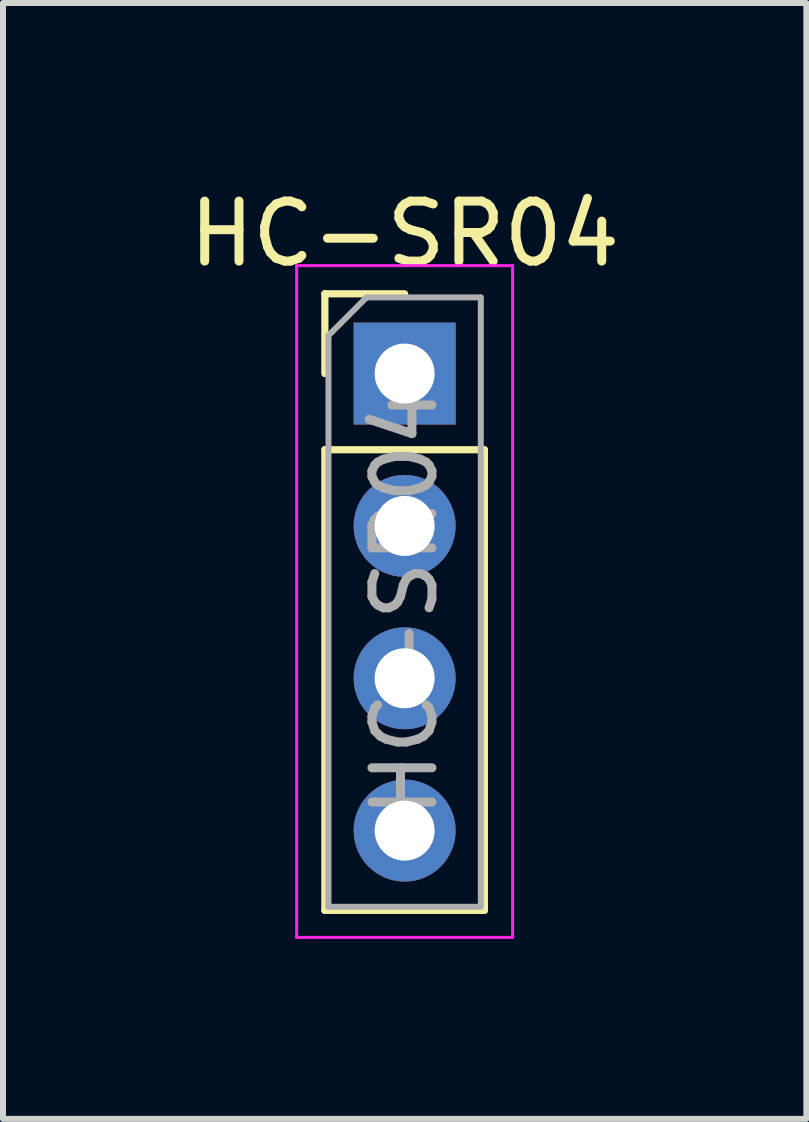
<source format=kicad_pcb>
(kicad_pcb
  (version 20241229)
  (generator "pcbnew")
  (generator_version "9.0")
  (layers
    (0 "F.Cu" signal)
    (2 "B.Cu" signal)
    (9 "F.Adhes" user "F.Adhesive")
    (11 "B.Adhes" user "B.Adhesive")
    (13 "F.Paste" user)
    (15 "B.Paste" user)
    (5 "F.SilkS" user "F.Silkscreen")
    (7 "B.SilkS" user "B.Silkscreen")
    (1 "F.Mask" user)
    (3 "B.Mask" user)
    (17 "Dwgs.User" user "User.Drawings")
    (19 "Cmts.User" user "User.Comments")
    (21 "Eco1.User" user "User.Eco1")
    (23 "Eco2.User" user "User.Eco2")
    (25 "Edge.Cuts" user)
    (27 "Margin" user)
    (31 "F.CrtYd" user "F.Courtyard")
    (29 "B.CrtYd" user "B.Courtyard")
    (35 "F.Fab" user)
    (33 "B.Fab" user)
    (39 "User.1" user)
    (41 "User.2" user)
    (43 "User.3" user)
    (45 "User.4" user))
  (footprint "HC-SR04"
    (layer "F.Cu")
    (at 3.696 6.988)
    (property "Reference" "HC-SR04" (at 0 -6.14 0) (layer "F.SilkS") (effects (font (size 1 1) (thickness 0.15))))
    (attr through_hole)
    (fp_line (start -1.33 -5.14) (end 0 -5.14) (stroke (width 0.12) (type solid)) (layer "F.SilkS"))
    (fp_line (start -1.33 -3.81) (end -1.33 -5.14) (stroke (width 0.12) (type solid)) (layer "F.SilkS"))
    (fp_line (start -1.33 -2.54) (end -1.33 5.14) (stroke (width 0.12) (type solid)) (layer "F.SilkS"))
    (fp_line (start -1.33 -2.54) (end 1.33 -2.54) (stroke (width 0.12) (type solid)) (layer "F.SilkS"))
    (fp_line (start -1.33 5.14) (end 1.33 5.14) (stroke (width 0.12) (type solid)) (layer "F.SilkS"))
    (fp_line (start 1.33 -2.54) (end 1.33 5.14) (stroke (width 0.12) (type solid)) (layer "F.SilkS"))
    (fp_line (start -1.8 -5.61) (end -1.8 5.59) (stroke (width 0.05) (type solid)) (layer "F.CrtYd"))
    (fp_line (start -1.8 5.59) (end 1.8 5.59) (stroke (width 0.05) (type solid)) (layer "F.CrtYd"))
    (fp_line (start 1.8 -5.61) (end -1.8 -5.61) (stroke (width 0.05) (type solid)) (layer "F.CrtYd"))
    (fp_line (start 1.8 5.59) (end 1.8 -5.61) (stroke (width 0.05) (type solid)) (layer "F.CrtYd"))
    (fp_line (start -1.27 -4.445) (end -0.635 -5.08) (stroke (width 0.1) (type solid)) (layer "F.Fab"))
    (fp_line (start -1.27 5.08) (end -1.27 -4.445) (stroke (width 0.1) (type solid)) (layer "F.Fab"))
    (fp_line (start -0.635 -5.08) (end 1.27 -5.08) (stroke (width 0.1) (type solid)) (layer "F.Fab"))
    (fp_line (start 1.27 -5.08) (end 1.27 5.08) (stroke (width 0.1) (type solid)) (layer "F.Fab"))
    (fp_line (start 1.27 5.08) (end -1.27 5.08) (stroke (width 0.1) (type solid)) (layer "F.Fab"))
    (fp_text user "${REFERENCE}" (at 0 0 90) (layer "F.Fab") (effects (font (size 1 1) (thickness 0.15))))
    (pad "1" thru_hole oval (at 0 3.81) (size 1.7 1.7) (drill 1) (layers "*.Cu" "*.Mask"))
    (pad "2" thru_hole oval (at 0 1.27) (size 1.7 1.7) (drill 1) (layers "*.Cu" "*.Mask"))
    (pad "3" thru_hole oval (at 0 -1.27) (size 1.7 1.7) (drill 1) (layers "*.Cu" "*.Mask"))
    (pad "4" thru_hole rect (at 0 -3.81) (size 1.7 1.7) (drill 1) (layers "*.Cu" "*.Mask")))
  (gr_rect
    (start -3 -3)
    (end 10.393 15.603)
    (stroke (width 0.1) (type default))
    (fill no)
    (layer "Edge.Cuts")))
</source>
